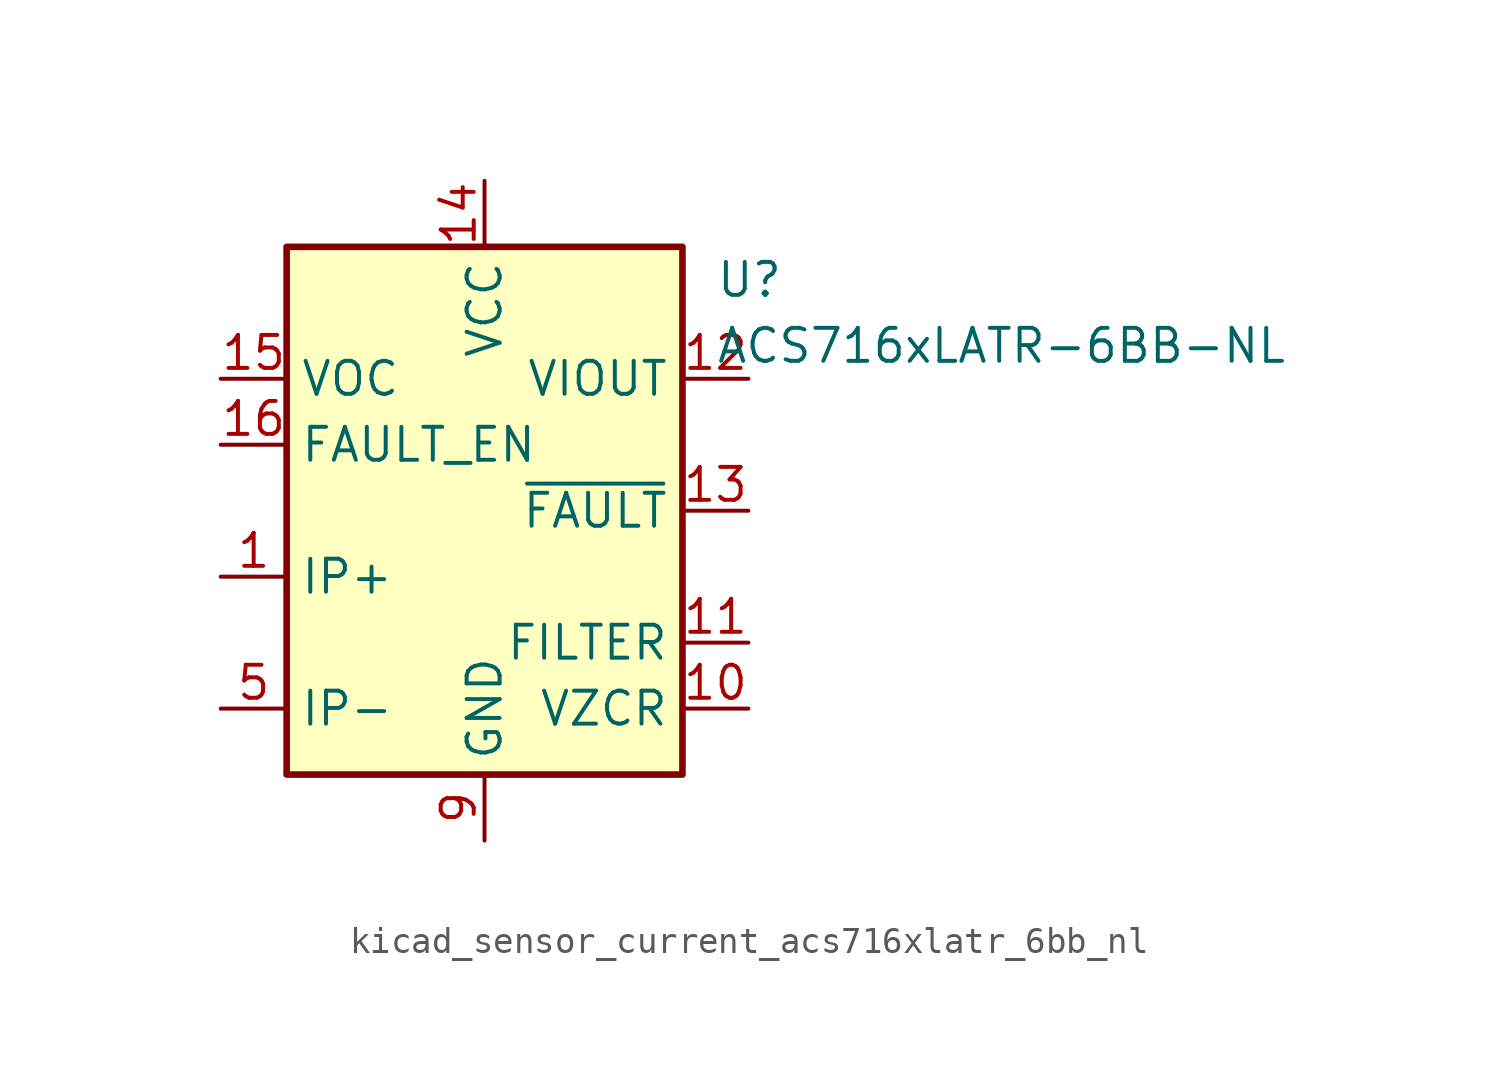
<source format=kicad_sym>
(kicad_symbol_lib
  (version 20220914)
  (generator kicad_symbol_editor)
  (symbol "kicad_sensor_current_acs716xlatr_6bb_nl"
    (property "Reference" "U"
      (at 8.89 8.89 0)
      (effects (font (size 1.27 1.27)) (justify left)))
    (property "Value" "ACS716xLATR-6BB-NL"
      (at 8.89 6.35 0)
      (effects (font (size 1.27 1.27)) (justify left)))
    (symbol "kicad_sensor_current_acs716xlatr_6bb_nl_0_1"
      (rectangle (start -7.62 10.16) (end 7.62 -10.16) (stroke (width 0.254) (type default)) (fill (type background))))
    (symbol "kicad_sensor_current_acs716xlatr_6bb_nl_1_1"
      (pin passive line (at -10.16 -2.54 0) (length 2.54) (name "IP+" (effects (font (size 1.27 1.27)))) (number "1" (effects (font (size 1.27 1.27)))))
      (pin passive line (at 10.16 -7.62 180) (length 2.54) (name "VZCR" (effects (font (size 1.27 1.27)))) (number "10" (effects (font (size 1.27 1.27)))))
      (pin passive line (at 10.16 -5.08 180) (length 2.54) (name "FILTER" (effects (font (size 1.27 1.27)))) (number "11" (effects (font (size 1.27 1.27)))))
      (pin output line (at 10.16 5.08 180) (length 2.54) (name "VIOUT" (effects (font (size 1.27 1.27)))) (number "12" (effects (font (size 1.27 1.27)))))
      (pin output line (at 10.16 0 180) (length 2.54) (name "~{FAULT}" (effects (font (size 1.27 1.27)))) (number "13" (effects (font (size 1.27 1.27)))))
      (pin power_in line (at 0 12.7 270) (length 2.54) (name "VCC" (effects (font (size 1.27 1.27)))) (number "14" (effects (font (size 1.27 1.27)))))
      (pin input line (at -10.16 5.08 0) (length 2.54) (name "VOC" (effects (font (size 1.27 1.27)))) (number "15" (effects (font (size 1.27 1.27)))))
      (pin input line (at -10.16 2.54 0) (length 2.54) (name "FAULT_EN" (effects (font (size 1.27 1.27)))) (number "16" (effects (font (size 1.27 1.27)))))
      (pin passive line (at -10.16 -2.54 0) (length 2.54) hide (name "IP+" (effects (font (size 1.27 1.27)))) (number "2" (effects (font (size 1.27 1.27)))))
      (pin passive line (at -10.16 -2.54 0) (length 2.54) hide (name "IP+" (effects (font (size 1.27 1.27)))) (number "3" (effects (font (size 1.27 1.27)))))
      (pin passive line (at -10.16 -2.54 0) (length 2.54) hide (name "IP+" (effects (font (size 1.27 1.27)))) (number "4" (effects (font (size 1.27 1.27)))))
      (pin passive line (at -10.16 -7.62 0) (length 2.54) (name "IP-" (effects (font (size 1.27 1.27)))) (number "5" (effects (font (size 1.27 1.27)))))
      (pin passive line (at -10.16 -7.62 0) (length 2.54) hide (name "IP-" (effects (font (size 1.27 1.27)))) (number "6" (effects (font (size 1.27 1.27)))))
      (pin passive line (at -10.16 -7.62 0) (length 2.54) hide (name "IP-" (effects (font (size 1.27 1.27)))) (number "7" (effects (font (size 1.27 1.27)))))
      (pin passive line (at -10.16 -7.62 0) (length 2.54) hide (name "IP-" (effects (font (size 1.27 1.27)))) (number "8" (effects (font (size 1.27 1.27)))))
      (pin power_in line (at 0 -12.7 90) (length 2.54) (name "GND" (effects (font (size 1.27 1.27)))) (number "9" (effects (font (size 1.27 1.27))))))))
</source>
